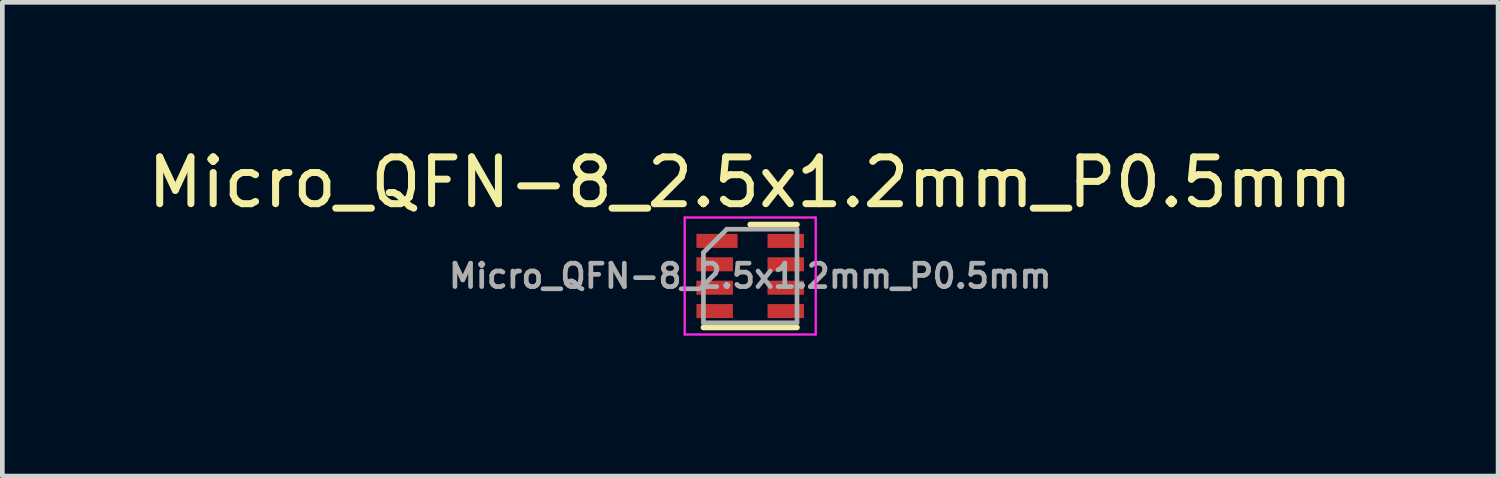
<source format=kicad_pcb>
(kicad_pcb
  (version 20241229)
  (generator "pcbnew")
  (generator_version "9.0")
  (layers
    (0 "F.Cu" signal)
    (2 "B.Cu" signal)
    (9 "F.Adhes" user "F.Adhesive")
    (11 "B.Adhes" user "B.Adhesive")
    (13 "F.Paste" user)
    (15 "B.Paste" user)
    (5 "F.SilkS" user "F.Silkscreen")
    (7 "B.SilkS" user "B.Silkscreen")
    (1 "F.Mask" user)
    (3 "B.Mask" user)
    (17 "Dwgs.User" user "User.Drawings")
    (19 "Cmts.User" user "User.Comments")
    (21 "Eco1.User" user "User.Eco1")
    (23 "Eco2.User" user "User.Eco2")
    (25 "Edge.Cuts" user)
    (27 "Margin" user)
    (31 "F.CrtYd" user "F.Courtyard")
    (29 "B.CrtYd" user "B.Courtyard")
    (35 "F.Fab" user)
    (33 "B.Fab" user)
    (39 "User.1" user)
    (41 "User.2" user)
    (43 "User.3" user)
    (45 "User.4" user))
  (footprint "Micro_QFN-8_2.5x1.2mm_P0.5mm"
    (layer "F.Cu")
    (at 12.982 2.848)
    (property "Reference" "Micro_QFN-8_2.5x1.2mm_P0.5mm" (at 0 -2 0) (layer "F.SilkS") (effects (font (size 1 1) (thickness 0.15))))
    (attr smd)
    (fp_line (start -1 1.1) (end 1 1.1) (stroke (width 0.12) (type solid)) (layer "F.SilkS"))
    (fp_line (start 0 -1.1) (end 1 -1.1) (stroke (width 0.12) (type solid)) (layer "F.SilkS"))
    (fp_line (start -1.4 -1.25) (end -1.4 1.25) (stroke (width 0.05) (type solid)) (layer "F.CrtYd"))
    (fp_line (start -1.4 -1.25) (end 1.4 -1.25) (stroke (width 0.05) (type solid)) (layer "F.CrtYd"))
    (fp_line (start -1.4 1.25) (end 1.4 1.25) (stroke (width 0.05) (type solid)) (layer "F.CrtYd"))
    (fp_line (start 1.4 -1.25) (end 1.4 1.25) (stroke (width 0.05) (type solid)) (layer "F.CrtYd"))
    (fp_line (start -1 -0.5) (end -0.5 -1) (stroke (width 0.1) (type solid)) (layer "F.Fab"))
    (fp_line (start -1 1) (end -1 -0.5) (stroke (width 0.1) (type solid)) (layer "F.Fab"))
    (fp_line (start -0.5 -1) (end 1 -1) (stroke (width 0.1) (type solid)) (layer "F.Fab"))
    (fp_line (start 1 -1) (end 1 1) (stroke (width 0.1) (type solid)) (layer "F.Fab"))
    (fp_line (start 1 1) (end -1 1) (stroke (width 0.1) (type solid)) (layer "F.Fab"))
    (fp_text user "${REFERENCE}" (at 0 0 0) (layer "F.Fab") (effects (font (size 0.5 0.5) (thickness 0.1))))
    (pad "1" smd rect (at -0.71 -0.75) (size 0.88 0.3) (layers "F.Cu" "F.Mask" "F.Paste"))
    (pad "2" smd rect (at -0.76 -0.25) (size 0.78 0.3) (layers "F.Cu" "F.Mask" "F.Paste"))
    (pad "3" smd rect (at -0.76 0.25) (size 0.78 0.3) (layers "F.Cu" "F.Mask" "F.Paste"))
    (pad "4" smd rect (at -0.76 0.75) (size 0.78 0.3) (layers "F.Cu" "F.Mask" "F.Paste"))
    (pad "5" smd rect (at 0.76 0.75) (size 0.78 0.3) (layers "F.Cu" "F.Mask" "F.Paste"))
    (pad "6" smd rect (at 0.76 0.25) (size 0.78 0.3) (layers "F.Cu" "F.Mask" "F.Paste"))
    (pad "7" smd rect (at 0.76 -0.25) (size 0.78 0.3) (layers "F.Cu" "F.Mask" "F.Paste"))
    (pad "8" smd rect (at 0.76 -0.75) (size 0.78 0.3) (layers "F.Cu" "F.Mask" "F.Paste")))
  (gr_rect
    (start -3 -3)
    (end 28.964 7.123)
    (stroke (width 0.1) (type default))
    (fill no)
    (layer "Edge.Cuts")))
</source>
